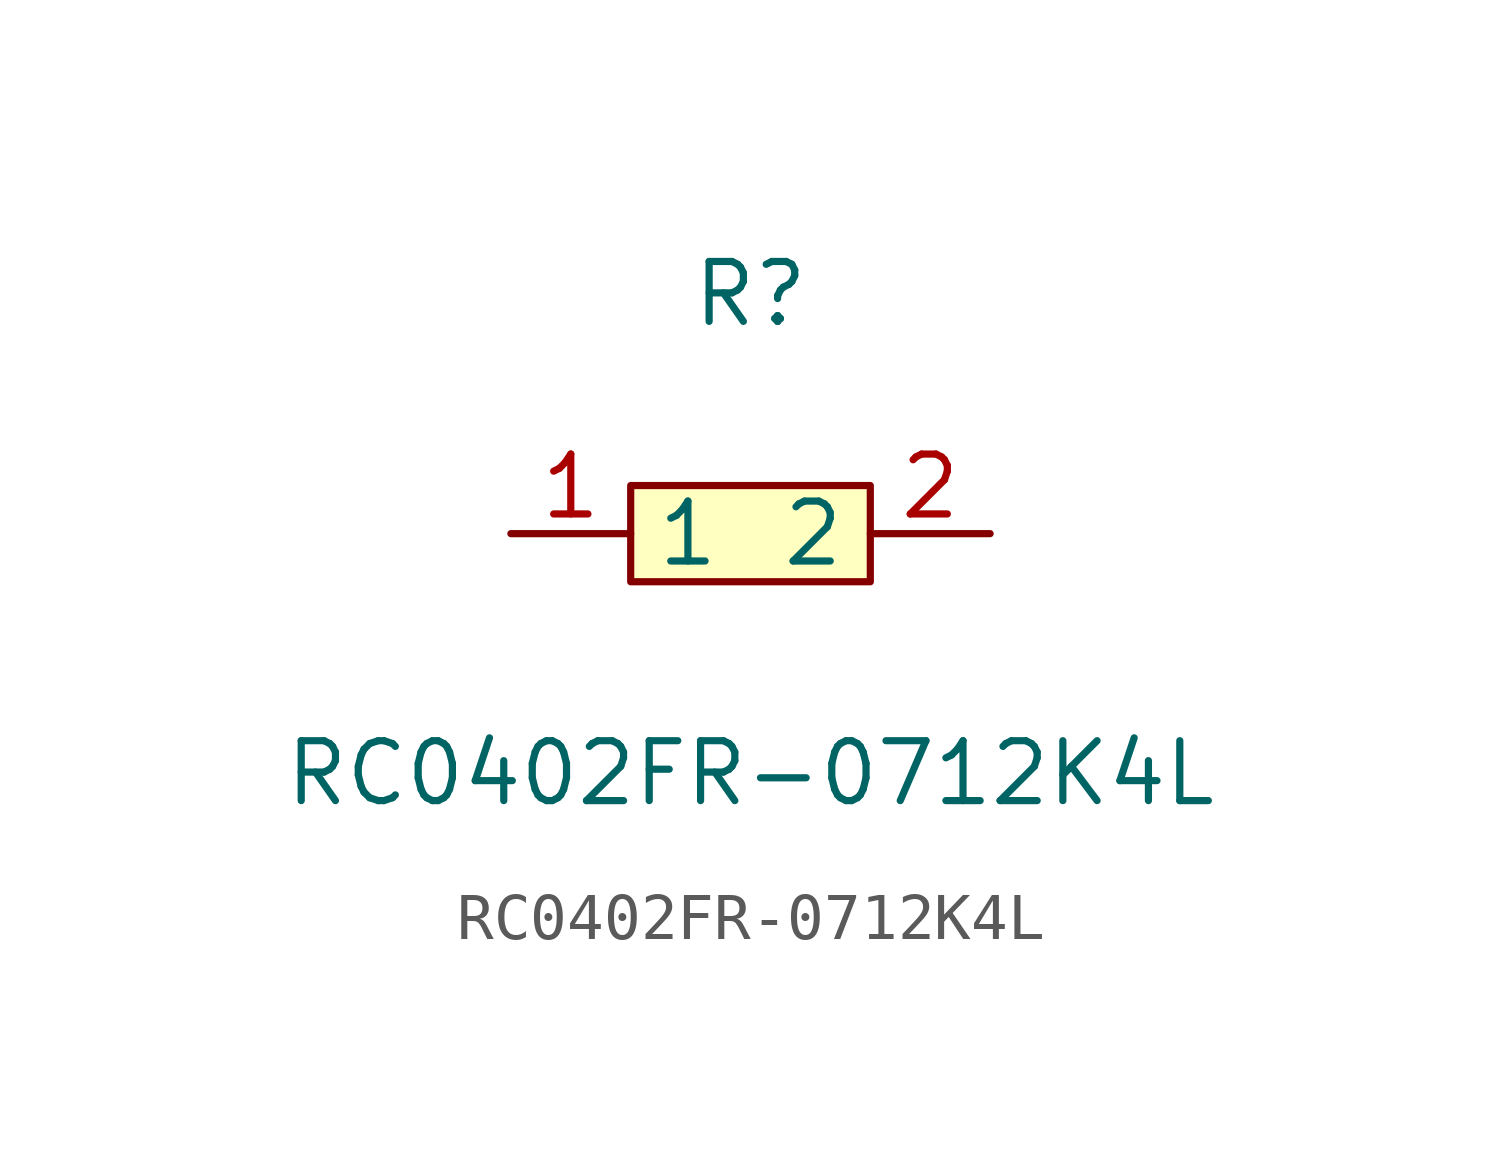
<source format=kicad_sym>
(kicad_symbol_lib
  (version 1)
  (generator "faebryk")
  (symbol "RC0402FR-0712K4L"
    (property "Reference" "R"
      (at 0 5.08 0)
      (effects (font (size 1.27 1.27)) (hide no)))
    (property "Value" "RC0402FR-0712K4L"
      (at 0 -5.08 0)
      (effects (font (size 1.27 1.27)) (hide no)))
    (symbol "RC0402FR-0712K4L_0_1"
      (rectangle (start -2.54 1.02) (end 2.54 -1.02) (stroke (width 0) (type default) (color 0 0 0 0)) (fill (type background)))
      (pin unspecified line (at 5.08 0 180) (length 2.54) (name "2" (effects (font (size 1.27 1.27)) (hide no))) (number "2" (effects (font (size 1.27 1.27)) (hide no))))
      (pin unspecified line (at -5.08 0 0) (length 2.54) (name "1" (effects (font (size 1.27 1.27)) (hide no))) (number "1" (effects (font (size 1.27 1.27)) (hide no)))))))
</source>
